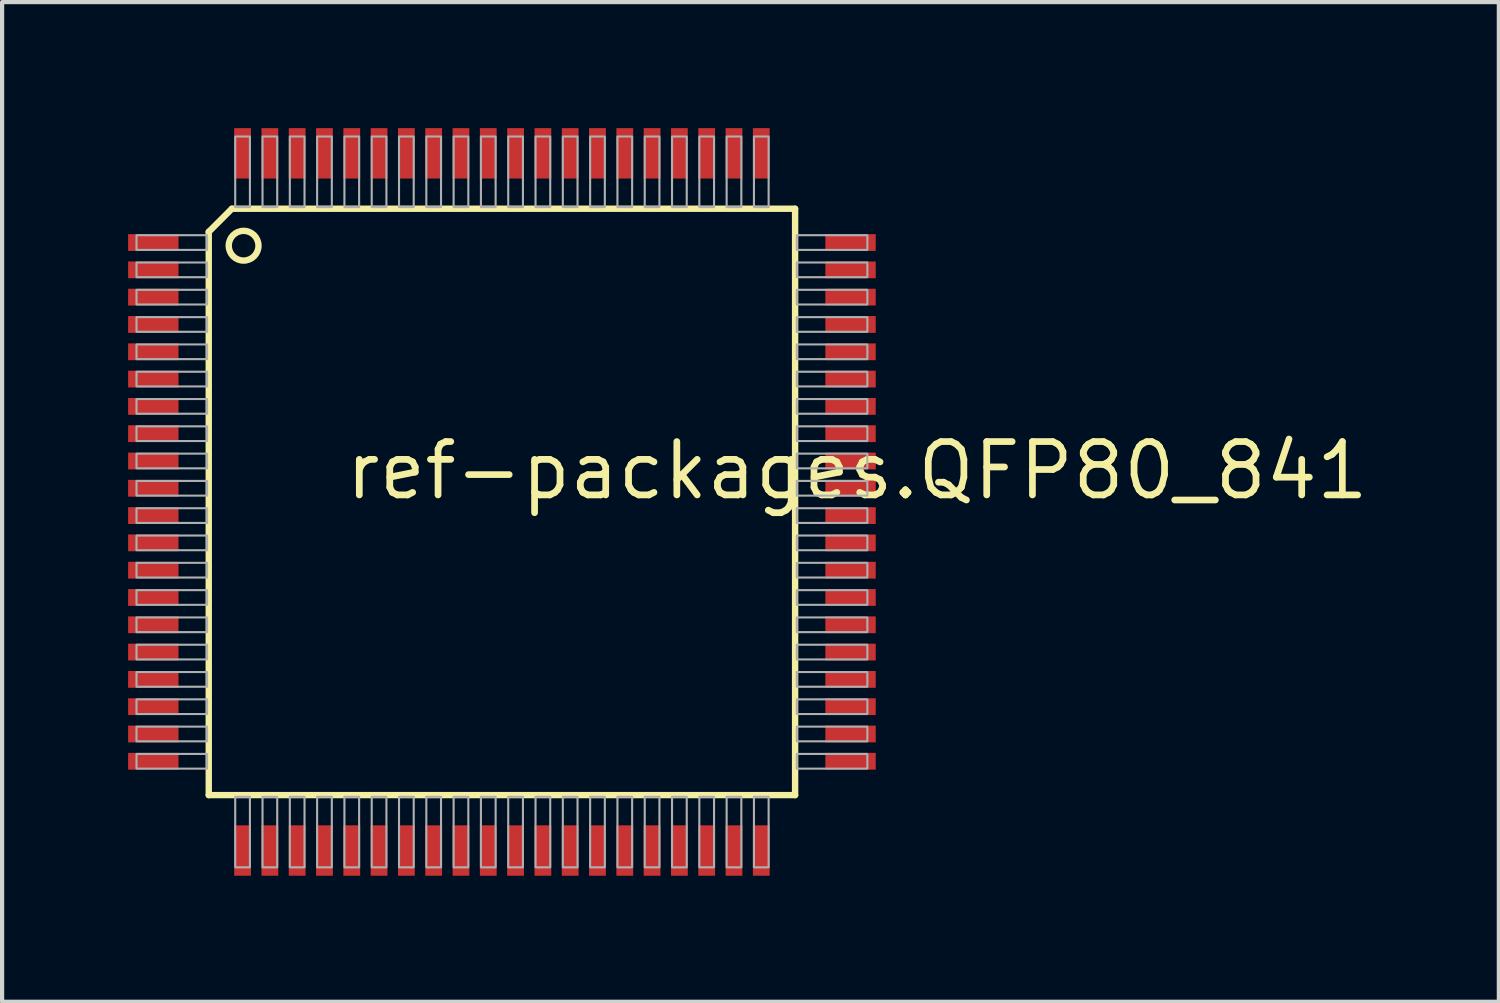
<source format=kicad_pcb>
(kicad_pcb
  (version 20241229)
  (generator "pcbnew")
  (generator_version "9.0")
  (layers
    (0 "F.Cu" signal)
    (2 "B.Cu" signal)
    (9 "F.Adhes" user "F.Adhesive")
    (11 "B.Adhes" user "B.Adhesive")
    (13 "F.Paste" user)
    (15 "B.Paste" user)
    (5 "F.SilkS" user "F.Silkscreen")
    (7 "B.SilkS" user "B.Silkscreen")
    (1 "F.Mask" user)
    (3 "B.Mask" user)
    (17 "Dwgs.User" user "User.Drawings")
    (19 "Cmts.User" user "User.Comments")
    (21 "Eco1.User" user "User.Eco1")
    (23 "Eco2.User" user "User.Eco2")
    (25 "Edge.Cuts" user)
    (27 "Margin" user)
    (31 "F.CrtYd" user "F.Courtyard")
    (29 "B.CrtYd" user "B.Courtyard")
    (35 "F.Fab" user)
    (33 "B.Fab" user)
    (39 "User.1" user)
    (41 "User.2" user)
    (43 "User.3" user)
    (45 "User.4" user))
  (footprint "ref-packages.QFP80_841"
    (layer "F.Cu")
    (at 8.9 8.9)
    (property "Reference" "ref-packages.QFP80_841" (at -3.803 -0.003 0) (layer "F.SilkS") (effects (font (size 1.27 1.27) (thickness 0.16)) (justify left bottom)))
    (attr smd)
    (fp_line (start -6.98 -6.43) (end -6.43 -6.98) (stroke (width 0.152) (type default)) (layer "F.SilkS"))
    (fp_line (start -6.98 6.98) (end -6.98 -6.43) (stroke (width 0.152) (type default)) (layer "F.SilkS"))
    (fp_line (start -6.43 -6.98) (end 6.98 -6.98) (stroke (width 0.152) (type default)) (layer "F.SilkS"))
    (fp_line (start 6.98 -6.98) (end 6.98 6.98) (stroke (width 0.152) (type default)) (layer "F.SilkS"))
    (fp_line (start 6.98 6.98) (end -6.98 6.98) (stroke (width 0.152) (type default)) (layer "F.SilkS"))
    (fp_circle (center -6.15 -6.1) (end -5.796 -6.1) (stroke (width 0.152) (type default)) (fill no) (layer "F.SilkS"))
    (fp_rect (start -8.7 -6) (end -7.02 -6.35) (stroke (width 0.05) (type default)) (fill no) (layer "F.Fab"))
    (fp_rect (start -8.7 -5.35) (end -7.02 -5.7) (stroke (width 0.05) (type default)) (fill no) (layer "F.Fab"))
    (fp_rect (start -8.7 -4.7) (end -7.02 -5.05) (stroke (width 0.05) (type default)) (fill no) (layer "F.Fab"))
    (fp_rect (start -8.7 -4.05) (end -7.02 -4.4) (stroke (width 0.05) (type default)) (fill no) (layer "F.Fab"))
    (fp_rect (start -8.7 -3.4) (end -7.02 -3.75) (stroke (width 0.05) (type default)) (fill no) (layer "F.Fab"))
    (fp_rect (start -8.7 -2.75) (end -7.02 -3.1) (stroke (width 0.05) (type default)) (fill no) (layer "F.Fab"))
    (fp_rect (start -8.7 -2.1) (end -7.02 -2.45) (stroke (width 0.05) (type default)) (fill no) (layer "F.Fab"))
    (fp_rect (start -8.7 -1.45) (end -7.02 -1.8) (stroke (width 0.05) (type default)) (fill no) (layer "F.Fab"))
    (fp_rect (start -8.7 -0.8) (end -7.02 -1.15) (stroke (width 0.05) (type default)) (fill no) (layer "F.Fab"))
    (fp_rect (start -8.7 -0.15) (end -7.02 -0.5) (stroke (width 0.05) (type default)) (fill no) (layer "F.Fab"))
    (fp_rect (start -8.7 0.5) (end -7.02 0.15) (stroke (width 0.05) (type default)) (fill no) (layer "F.Fab"))
    (fp_rect (start -8.7 1.15) (end -7.02 0.8) (stroke (width 0.05) (type default)) (fill no) (layer "F.Fab"))
    (fp_rect (start -8.7 1.8) (end -7.02 1.45) (stroke (width 0.05) (type default)) (fill no) (layer "F.Fab"))
    (fp_rect (start -8.7 2.45) (end -7.02 2.1) (stroke (width 0.05) (type default)) (fill no) (layer "F.Fab"))
    (fp_rect (start -8.7 3.1) (end -7.02 2.75) (stroke (width 0.05) (type default)) (fill no) (layer "F.Fab"))
    (fp_rect (start -8.7 3.75) (end -7.02 3.4) (stroke (width 0.05) (type default)) (fill no) (layer "F.Fab"))
    (fp_rect (start -8.7 4.4) (end -7.02 4.05) (stroke (width 0.05) (type default)) (fill no) (layer "F.Fab"))
    (fp_rect (start -8.7 5.05) (end -7.02 4.7) (stroke (width 0.05) (type default)) (fill no) (layer "F.Fab"))
    (fp_rect (start -8.7 5.7) (end -7.02 5.35) (stroke (width 0.05) (type default)) (fill no) (layer "F.Fab"))
    (fp_rect (start -8.7 6.35) (end -7.02 6) (stroke (width 0.05) (type default)) (fill no) (layer "F.Fab"))
    (fp_rect (start -6.35 -7.02) (end -6 -8.7) (stroke (width 0.05) (type default)) (fill no) (layer "F.Fab"))
    (fp_rect (start -6.35 8.7) (end -6 7.02) (stroke (width 0.05) (type default)) (fill no) (layer "F.Fab"))
    (fp_rect (start -5.7 -7.02) (end -5.35 -8.7) (stroke (width 0.05) (type default)) (fill no) (layer "F.Fab"))
    (fp_rect (start -5.7 8.7) (end -5.35 7.02) (stroke (width 0.05) (type default)) (fill no) (layer "F.Fab"))
    (fp_rect (start -5.05 -7.02) (end -4.7 -8.7) (stroke (width 0.05) (type default)) (fill no) (layer "F.Fab"))
    (fp_rect (start -5.05 8.7) (end -4.7 7.02) (stroke (width 0.05) (type default)) (fill no) (layer "F.Fab"))
    (fp_rect (start -4.4 -7.02) (end -4.05 -8.7) (stroke (width 0.05) (type default)) (fill no) (layer "F.Fab"))
    (fp_rect (start -4.4 8.7) (end -4.05 7.02) (stroke (width 0.05) (type default)) (fill no) (layer "F.Fab"))
    (fp_rect (start -3.75 -7.02) (end -3.4 -8.7) (stroke (width 0.05) (type default)) (fill no) (layer "F.Fab"))
    (fp_rect (start -3.75 8.7) (end -3.4 7.02) (stroke (width 0.05) (type default)) (fill no) (layer "F.Fab"))
    (fp_rect (start -3.1 -7.02) (end -2.75 -8.7) (stroke (width 0.05) (type default)) (fill no) (layer "F.Fab"))
    (fp_rect (start -3.1 8.7) (end -2.75 7.02) (stroke (width 0.05) (type default)) (fill no) (layer "F.Fab"))
    (fp_rect (start -2.45 -7.02) (end -2.1 -8.7) (stroke (width 0.05) (type default)) (fill no) (layer "F.Fab"))
    (fp_rect (start -2.45 8.7) (end -2.1 7.02) (stroke (width 0.05) (type default)) (fill no) (layer "F.Fab"))
    (fp_rect (start -1.8 -7.02) (end -1.45 -8.7) (stroke (width 0.05) (type default)) (fill no) (layer "F.Fab"))
    (fp_rect (start -1.8 8.7) (end -1.45 7.02) (stroke (width 0.05) (type default)) (fill no) (layer "F.Fab"))
    (fp_rect (start -1.15 -7.02) (end -0.8 -8.7) (stroke (width 0.05) (type default)) (fill no) (layer "F.Fab"))
    (fp_rect (start -1.15 8.7) (end -0.8 7.02) (stroke (width 0.05) (type default)) (fill no) (layer "F.Fab"))
    (fp_rect (start -0.5 -7.02) (end -0.15 -8.7) (stroke (width 0.05) (type default)) (fill no) (layer "F.Fab"))
    (fp_rect (start -0.5 8.7) (end -0.15 7.02) (stroke (width 0.05) (type default)) (fill no) (layer "F.Fab"))
    (fp_rect (start 0.15 -7.02) (end 0.5 -8.7) (stroke (width 0.05) (type default)) (fill no) (layer "F.Fab"))
    (fp_rect (start 0.15 8.7) (end 0.5 7.02) (stroke (width 0.05) (type default)) (fill no) (layer "F.Fab"))
    (fp_rect (start 0.8 -7.02) (end 1.15 -8.7) (stroke (width 0.05) (type default)) (fill no) (layer "F.Fab"))
    (fp_rect (start 0.8 8.7) (end 1.15 7.02) (stroke (width 0.05) (type default)) (fill no) (layer "F.Fab"))
    (fp_rect (start 1.45 -7.02) (end 1.8 -8.7) (stroke (width 0.05) (type default)) (fill no) (layer "F.Fab"))
    (fp_rect (start 1.45 8.7) (end 1.8 7.02) (stroke (width 0.05) (type default)) (fill no) (layer "F.Fab"))
    (fp_rect (start 2.1 -7.02) (end 2.45 -8.7) (stroke (width 0.05) (type default)) (fill no) (layer "F.Fab"))
    (fp_rect (start 2.1 8.7) (end 2.45 7.02) (stroke (width 0.05) (type default)) (fill no) (layer "F.Fab"))
    (fp_rect (start 2.75 -7.02) (end 3.1 -8.7) (stroke (width 0.05) (type default)) (fill no) (layer "F.Fab"))
    (fp_rect (start 2.75 8.7) (end 3.1 7.02) (stroke (width 0.05) (type default)) (fill no) (layer "F.Fab"))
    (fp_rect (start 3.4 -7.02) (end 3.75 -8.7) (stroke (width 0.05) (type default)) (fill no) (layer "F.Fab"))
    (fp_rect (start 3.4 8.7) (end 3.75 7.02) (stroke (width 0.05) (type default)) (fill no) (layer "F.Fab"))
    (fp_rect (start 4.05 -7.02) (end 4.4 -8.7) (stroke (width 0.05) (type default)) (fill no) (layer "F.Fab"))
    (fp_rect (start 4.05 8.7) (end 4.4 7.02) (stroke (width 0.05) (type default)) (fill no) (layer "F.Fab"))
    (fp_rect (start 4.7 -7.02) (end 5.05 -8.7) (stroke (width 0.05) (type default)) (fill no) (layer "F.Fab"))
    (fp_rect (start 4.7 8.7) (end 5.05 7.02) (stroke (width 0.05) (type default)) (fill no) (layer "F.Fab"))
    (fp_rect (start 5.35 -7.02) (end 5.7 -8.7) (stroke (width 0.05) (type default)) (fill no) (layer "F.Fab"))
    (fp_rect (start 5.35 8.7) (end 5.7 7.02) (stroke (width 0.05) (type default)) (fill no) (layer "F.Fab"))
    (fp_rect (start 6 -7.02) (end 6.35 -8.7) (stroke (width 0.05) (type default)) (fill no) (layer "F.Fab"))
    (fp_rect (start 6 8.7) (end 6.35 7.02) (stroke (width 0.05) (type default)) (fill no) (layer "F.Fab"))
    (fp_rect (start 7.02 -6) (end 8.7 -6.35) (stroke (width 0.05) (type default)) (fill no) (layer "F.Fab"))
    (fp_rect (start 7.02 -5.35) (end 8.7 -5.7) (stroke (width 0.05) (type default)) (fill no) (layer "F.Fab"))
    (fp_rect (start 7.02 -4.7) (end 8.7 -5.05) (stroke (width 0.05) (type default)) (fill no) (layer "F.Fab"))
    (fp_rect (start 7.02 -4.05) (end 8.7 -4.4) (stroke (width 0.05) (type default)) (fill no) (layer "F.Fab"))
    (fp_rect (start 7.02 -3.4) (end 8.7 -3.75) (stroke (width 0.05) (type default)) (fill no) (layer "F.Fab"))
    (fp_rect (start 7.02 -2.75) (end 8.7 -3.1) (stroke (width 0.05) (type default)) (fill no) (layer "F.Fab"))
    (fp_rect (start 7.02 -2.1) (end 8.7 -2.45) (stroke (width 0.05) (type default)) (fill no) (layer "F.Fab"))
    (fp_rect (start 7.02 -1.45) (end 8.7 -1.8) (stroke (width 0.05) (type default)) (fill no) (layer "F.Fab"))
    (fp_rect (start 7.02 -0.8) (end 8.7 -1.15) (stroke (width 0.05) (type default)) (fill no) (layer "F.Fab"))
    (fp_rect (start 7.02 -0.15) (end 8.7 -0.5) (stroke (width 0.05) (type default)) (fill no) (layer "F.Fab"))
    (fp_rect (start 7.02 0.5) (end 8.7 0.15) (stroke (width 0.05) (type default)) (fill no) (layer "F.Fab"))
    (fp_rect (start 7.02 1.15) (end 8.7 0.8) (stroke (width 0.05) (type default)) (fill no) (layer "F.Fab"))
    (fp_rect (start 7.02 1.8) (end 8.7 1.45) (stroke (width 0.05) (type default)) (fill no) (layer "F.Fab"))
    (fp_rect (start 7.02 2.45) (end 8.7 2.1) (stroke (width 0.05) (type default)) (fill no) (layer "F.Fab"))
    (fp_rect (start 7.02 3.1) (end 8.7 2.75) (stroke (width 0.05) (type default)) (fill no) (layer "F.Fab"))
    (fp_rect (start 7.02 3.75) (end 8.7 3.4) (stroke (width 0.05) (type default)) (fill no) (layer "F.Fab"))
    (fp_rect (start 7.02 4.4) (end 8.7 4.05) (stroke (width 0.05) (type default)) (fill no) (layer "F.Fab"))
    (fp_rect (start 7.02 5.05) (end 8.7 4.7) (stroke (width 0.05) (type default)) (fill no) (layer "F.Fab"))
    (fp_rect (start 7.02 5.7) (end 8.7 5.35) (stroke (width 0.05) (type default)) (fill no) (layer "F.Fab"))
    (fp_rect (start 7.02 6.35) (end 8.7 6) (stroke (width 0.05) (type default)) (fill no) (layer "F.Fab"))
    (pad "1" smd roundrect (at -8.3 -6.175) (size 1.2 0.4) (layers "F.Cu" "F.Mask" "F.Paste") (roundrect_rratio 0.01))
    (pad "2" smd roundrect (at -8.3 -5.525) (size 1.2 0.4) (layers "F.Cu" "F.Mask" "F.Paste") (roundrect_rratio 0.01))
    (pad "3" smd roundrect (at -8.3 -4.875) (size 1.2 0.4) (layers "F.Cu" "F.Mask" "F.Paste") (roundrect_rratio 0.01))
    (pad "4" smd roundrect (at -8.3 -4.225) (size 1.2 0.4) (layers "F.Cu" "F.Mask" "F.Paste") (roundrect_rratio 0.01))
    (pad "5" smd roundrect (at -8.3 -3.575) (size 1.2 0.4) (layers "F.Cu" "F.Mask" "F.Paste") (roundrect_rratio 0.01))
    (pad "6" smd roundrect (at -8.3 -2.925) (size 1.2 0.4) (layers "F.Cu" "F.Mask" "F.Paste") (roundrect_rratio 0.01))
    (pad "7" smd roundrect (at -8.3 -2.275) (size 1.2 0.4) (layers "F.Cu" "F.Mask" "F.Paste") (roundrect_rratio 0.01))
    (pad "8" smd roundrect (at -8.3 -1.625) (size 1.2 0.4) (layers "F.Cu" "F.Mask" "F.Paste") (roundrect_rratio 0.01))
    (pad "9" smd roundrect (at -8.3 -0.975) (size 1.2 0.4) (layers "F.Cu" "F.Mask" "F.Paste") (roundrect_rratio 0.01))
    (pad "10" smd roundrect (at -8.3 -0.325) (size 1.2 0.4) (layers "F.Cu" "F.Mask" "F.Paste") (roundrect_rratio 0.01))
    (pad "11" smd roundrect (at -8.3 0.325) (size 1.2 0.4) (layers "F.Cu" "F.Mask" "F.Paste") (roundrect_rratio 0.01))
    (pad "12" smd roundrect (at -8.3 0.975) (size 1.2 0.4) (layers "F.Cu" "F.Mask" "F.Paste") (roundrect_rratio 0.01))
    (pad "13" smd roundrect (at -8.3 1.625) (size 1.2 0.4) (layers "F.Cu" "F.Mask" "F.Paste") (roundrect_rratio 0.01))
    (pad "14" smd roundrect (at -8.3 2.275) (size 1.2 0.4) (layers "F.Cu" "F.Mask" "F.Paste") (roundrect_rratio 0.01))
    (pad "15" smd roundrect (at -8.3 2.925) (size 1.2 0.4) (layers "F.Cu" "F.Mask" "F.Paste") (roundrect_rratio 0.01))
    (pad "16" smd roundrect (at -8.3 3.575) (size 1.2 0.4) (layers "F.Cu" "F.Mask" "F.Paste") (roundrect_rratio 0.01))
    (pad "17" smd roundrect (at -8.3 4.225) (size 1.2 0.4) (layers "F.Cu" "F.Mask" "F.Paste") (roundrect_rratio 0.01))
    (pad "18" smd roundrect (at -8.3 4.875) (size 1.2 0.4) (layers "F.Cu" "F.Mask" "F.Paste") (roundrect_rratio 0.01))
    (pad "19" smd roundrect (at -8.3 5.525) (size 1.2 0.4) (layers "F.Cu" "F.Mask" "F.Paste") (roundrect_rratio 0.01))
    (pad "20" smd roundrect (at -8.3 6.175) (size 1.2 0.4) (layers "F.Cu" "F.Mask" "F.Paste") (roundrect_rratio 0.01))
    (pad "21" smd roundrect (at -6.175 8.3) (size 0.4 1.2) (layers "F.Cu" "F.Mask" "F.Paste") (roundrect_rratio 0.01))
    (pad "22" smd roundrect (at -5.525 8.3) (size 0.4 1.2) (layers "F.Cu" "F.Mask" "F.Paste") (roundrect_rratio 0.01))
    (pad "23" smd roundrect (at -4.875 8.3) (size 0.4 1.2) (layers "F.Cu" "F.Mask" "F.Paste") (roundrect_rratio 0.01))
    (pad "24" smd roundrect (at -4.225 8.3) (size 0.4 1.2) (layers "F.Cu" "F.Mask" "F.Paste") (roundrect_rratio 0.01))
    (pad "25" smd roundrect (at -3.575 8.3) (size 0.4 1.2) (layers "F.Cu" "F.Mask" "F.Paste") (roundrect_rratio 0.01))
    (pad "26" smd roundrect (at -2.925 8.3) (size 0.4 1.2) (layers "F.Cu" "F.Mask" "F.Paste") (roundrect_rratio 0.01))
    (pad "27" smd roundrect (at -2.275 8.3) (size 0.4 1.2) (layers "F.Cu" "F.Mask" "F.Paste") (roundrect_rratio 0.01))
    (pad "28" smd roundrect (at -1.625 8.3) (size 0.4 1.2) (layers "F.Cu" "F.Mask" "F.Paste") (roundrect_rratio 0.01))
    (pad "29" smd roundrect (at -0.975 8.3) (size 0.4 1.2) (layers "F.Cu" "F.Mask" "F.Paste") (roundrect_rratio 0.01))
    (pad "30" smd roundrect (at -0.325 8.3) (size 0.4 1.2) (layers "F.Cu" "F.Mask" "F.Paste") (roundrect_rratio 0.01))
    (pad "31" smd roundrect (at 0.325 8.3) (size 0.4 1.2) (layers "F.Cu" "F.Mask" "F.Paste") (roundrect_rratio 0.01))
    (pad "32" smd roundrect (at 0.975 8.3) (size 0.4 1.2) (layers "F.Cu" "F.Mask" "F.Paste") (roundrect_rratio 0.01))
    (pad "33" smd roundrect (at 1.625 8.3) (size 0.4 1.2) (layers "F.Cu" "F.Mask" "F.Paste") (roundrect_rratio 0.01))
    (pad "34" smd roundrect (at 2.275 8.3) (size 0.4 1.2) (layers "F.Cu" "F.Mask" "F.Paste") (roundrect_rratio 0.01))
    (pad "35" smd roundrect (at 2.925 8.3) (size 0.4 1.2) (layers "F.Cu" "F.Mask" "F.Paste") (roundrect_rratio 0.01))
    (pad "36" smd roundrect (at 3.575 8.3) (size 0.4 1.2) (layers "F.Cu" "F.Mask" "F.Paste") (roundrect_rratio 0.01))
    (pad "37" smd roundrect (at 4.225 8.3) (size 0.4 1.2) (layers "F.Cu" "F.Mask" "F.Paste") (roundrect_rratio 0.01))
    (pad "38" smd roundrect (at 4.875 8.3) (size 0.4 1.2) (layers "F.Cu" "F.Mask" "F.Paste") (roundrect_rratio 0.01))
    (pad "39" smd roundrect (at 5.525 8.3) (size 0.4 1.2) (layers "F.Cu" "F.Mask" "F.Paste") (roundrect_rratio 0.01))
    (pad "40" smd roundrect (at 6.175 8.3) (size 0.4 1.2) (layers "F.Cu" "F.Mask" "F.Paste") (roundrect_rratio 0.01))
    (pad "41" smd roundrect (at 8.3 6.175) (size 1.2 0.4) (layers "F.Cu" "F.Mask" "F.Paste") (roundrect_rratio 0.01))
    (pad "42" smd roundrect (at 8.3 5.525) (size 1.2 0.4) (layers "F.Cu" "F.Mask" "F.Paste") (roundrect_rratio 0.01))
    (pad "43" smd roundrect (at 8.3 4.875) (size 1.2 0.4) (layers "F.Cu" "F.Mask" "F.Paste") (roundrect_rratio 0.01))
    (pad "44" smd roundrect (at 8.3 4.225) (size 1.2 0.4) (layers "F.Cu" "F.Mask" "F.Paste") (roundrect_rratio 0.01))
    (pad "45" smd roundrect (at 8.3 3.575) (size 1.2 0.4) (layers "F.Cu" "F.Mask" "F.Paste") (roundrect_rratio 0.01))
    (pad "46" smd roundrect (at 8.3 2.925) (size 1.2 0.4) (layers "F.Cu" "F.Mask" "F.Paste") (roundrect_rratio 0.01))
    (pad "47" smd roundrect (at 8.3 2.275) (size 1.2 0.4) (layers "F.Cu" "F.Mask" "F.Paste") (roundrect_rratio 0.01))
    (pad "48" smd roundrect (at 8.3 1.625) (size 1.2 0.4) (layers "F.Cu" "F.Mask" "F.Paste") (roundrect_rratio 0.01))
    (pad "49" smd roundrect (at 8.3 0.975) (size 1.2 0.4) (layers "F.Cu" "F.Mask" "F.Paste") (roundrect_rratio 0.01))
    (pad "50" smd roundrect (at 8.3 0.325) (size 1.2 0.4) (layers "F.Cu" "F.Mask" "F.Paste") (roundrect_rratio 0.01))
    (pad "51" smd roundrect (at 8.3 -0.325) (size 1.2 0.4) (layers "F.Cu" "F.Mask" "F.Paste") (roundrect_rratio 0.01))
    (pad "52" smd roundrect (at 8.3 -0.975) (size 1.2 0.4) (layers "F.Cu" "F.Mask" "F.Paste") (roundrect_rratio 0.01))
    (pad "53" smd roundrect (at 8.3 -1.625) (size 1.2 0.4) (layers "F.Cu" "F.Mask" "F.Paste") (roundrect_rratio 0.01))
    (pad "54" smd roundrect (at 8.3 -2.275) (size 1.2 0.4) (layers "F.Cu" "F.Mask" "F.Paste") (roundrect_rratio 0.01))
    (pad "55" smd roundrect (at 8.3 -2.925) (size 1.2 0.4) (layers "F.Cu" "F.Mask" "F.Paste") (roundrect_rratio 0.01))
    (pad "56" smd roundrect (at 8.3 -3.575) (size 1.2 0.4) (layers "F.Cu" "F.Mask" "F.Paste") (roundrect_rratio 0.01))
    (pad "57" smd roundrect (at 8.3 -4.225) (size 1.2 0.4) (layers "F.Cu" "F.Mask" "F.Paste") (roundrect_rratio 0.01))
    (pad "58" smd roundrect (at 8.3 -4.875) (size 1.2 0.4) (layers "F.Cu" "F.Mask" "F.Paste") (roundrect_rratio 0.01))
    (pad "59" smd roundrect (at 8.3 -5.525) (size 1.2 0.4) (layers "F.Cu" "F.Mask" "F.Paste") (roundrect_rratio 0.01))
    (pad "60" smd roundrect (at 8.3 -6.175) (size 1.2 0.4) (layers "F.Cu" "F.Mask" "F.Paste") (roundrect_rratio 0.01))
    (pad "61" smd roundrect (at 6.175 -8.3) (size 0.4 1.2) (layers "F.Cu" "F.Mask" "F.Paste") (roundrect_rratio 0.01))
    (pad "62" smd roundrect (at 5.525 -8.3) (size 0.4 1.2) (layers "F.Cu" "F.Mask" "F.Paste") (roundrect_rratio 0.01))
    (pad "63" smd roundrect (at 4.875 -8.3) (size 0.4 1.2) (layers "F.Cu" "F.Mask" "F.Paste") (roundrect_rratio 0.01))
    (pad "64" smd roundrect (at 4.225 -8.3) (size 0.4 1.2) (layers "F.Cu" "F.Mask" "F.Paste") (roundrect_rratio 0.01))
    (pad "65" smd roundrect (at 3.575 -8.3) (size 0.4 1.2) (layers "F.Cu" "F.Mask" "F.Paste") (roundrect_rratio 0.01))
    (pad "66" smd roundrect (at 2.925 -8.3) (size 0.4 1.2) (layers "F.Cu" "F.Mask" "F.Paste") (roundrect_rratio 0.01))
    (pad "67" smd roundrect (at 2.275 -8.3) (size 0.4 1.2) (layers "F.Cu" "F.Mask" "F.Paste") (roundrect_rratio 0.01))
    (pad "68" smd roundrect (at 1.625 -8.3) (size 0.4 1.2) (layers "F.Cu" "F.Mask" "F.Paste") (roundrect_rratio 0.01))
    (pad "69" smd roundrect (at 0.975 -8.3) (size 0.4 1.2) (layers "F.Cu" "F.Mask" "F.Paste") (roundrect_rratio 0.01))
    (pad "70" smd roundrect (at 0.325 -8.3) (size 0.4 1.2) (layers "F.Cu" "F.Mask" "F.Paste") (roundrect_rratio 0.01))
    (pad "71" smd roundrect (at -0.325 -8.3) (size 0.4 1.2) (layers "F.Cu" "F.Mask" "F.Paste") (roundrect_rratio 0.01))
    (pad "72" smd roundrect (at -0.975 -8.3) (size 0.4 1.2) (layers "F.Cu" "F.Mask" "F.Paste") (roundrect_rratio 0.01))
    (pad "73" smd roundrect (at -1.625 -8.3) (size 0.4 1.2) (layers "F.Cu" "F.Mask" "F.Paste") (roundrect_rratio 0.01))
    (pad "74" smd roundrect (at -2.275 -8.3) (size 0.4 1.2) (layers "F.Cu" "F.Mask" "F.Paste") (roundrect_rratio 0.01))
    (pad "75" smd roundrect (at -2.925 -8.3) (size 0.4 1.2) (layers "F.Cu" "F.Mask" "F.Paste") (roundrect_rratio 0.01))
    (pad "76" smd roundrect (at -3.575 -8.3) (size 0.4 1.2) (layers "F.Cu" "F.Mask" "F.Paste") (roundrect_rratio 0.01))
    (pad "77" smd roundrect (at -4.225 -8.3) (size 0.4 1.2) (layers "F.Cu" "F.Mask" "F.Paste") (roundrect_rratio 0.01))
    (pad "78" smd roundrect (at -4.875 -8.3) (size 0.4 1.2) (layers "F.Cu" "F.Mask" "F.Paste") (roundrect_rratio 0.01))
    (pad "79" smd roundrect (at -5.525 -8.3) (size 0.4 1.2) (layers "F.Cu" "F.Mask" "F.Paste") (roundrect_rratio 0.01))
    (pad "80" smd roundrect (at -6.175 -8.3) (size 0.4 1.2) (layers "F.Cu" "F.Mask" "F.Paste") (roundrect_rratio 0.01)))
  (gr_rect
    (start -3 -3)
    (end 32.635 20.8)
    (stroke (width 0.1) (type default))
    (fill no)
    (layer "Edge.Cuts")))
</source>
